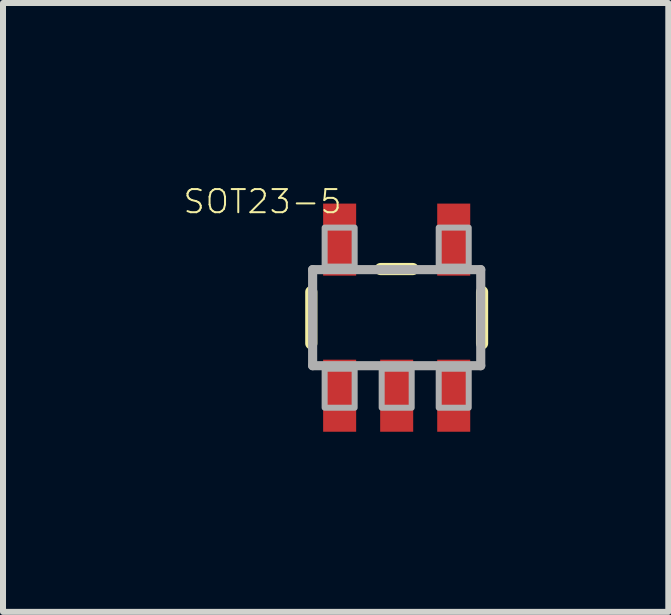
<source format=kicad_pcb>
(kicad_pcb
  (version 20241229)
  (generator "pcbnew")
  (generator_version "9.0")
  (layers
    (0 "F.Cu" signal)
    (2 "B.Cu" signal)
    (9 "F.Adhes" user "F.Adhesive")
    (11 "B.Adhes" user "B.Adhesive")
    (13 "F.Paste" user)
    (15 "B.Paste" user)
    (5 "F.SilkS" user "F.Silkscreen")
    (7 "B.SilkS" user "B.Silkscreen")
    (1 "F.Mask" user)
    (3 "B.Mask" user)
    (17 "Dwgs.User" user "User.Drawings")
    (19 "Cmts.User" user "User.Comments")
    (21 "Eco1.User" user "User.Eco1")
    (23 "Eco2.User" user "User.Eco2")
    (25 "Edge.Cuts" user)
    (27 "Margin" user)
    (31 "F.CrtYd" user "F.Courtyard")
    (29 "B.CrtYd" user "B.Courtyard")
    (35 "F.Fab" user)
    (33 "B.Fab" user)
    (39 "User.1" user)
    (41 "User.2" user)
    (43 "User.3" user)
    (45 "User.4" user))
  (footprint "SOT23-5"
    (layer "F.Cu")
    (at 3.557 2.241)
    (property "Reference" "SOT23-5" (at -0.889 -2.159 0) (layer "F.SilkS") (effects (font (size 0.386 0.386) (thickness 0.033)) (justify right top)))
    (attr through_hole)
    (fp_line (start -1.422 0.429) (end -1.422 -0.429) (stroke (width 0.203) (type solid)) (layer "F.SilkS"))
    (fp_line (start -0.268 -0.81) (end 0.268 -0.81) (stroke (width 0.203) (type solid)) (layer "F.SilkS"))
    (fp_line (start 1.422 -0.429) (end 1.422 0.429) (stroke (width 0.203) (type solid)) (layer "F.SilkS"))
    (fp_line (start -1.4 -0.8) (end -1.4 0.8) (stroke (width 0.152) (type solid)) (layer "F.Fab"))
    (fp_line (start -1.4 -0.8) (end 1.4 -0.8) (stroke (width 0.152) (type solid)) (layer "F.Fab"))
    (fp_line (start 1.4 -0.8) (end 1.4 0.8) (stroke (width 0.152) (type solid)) (layer "F.Fab"))
    (fp_line (start 1.4 0.8) (end -1.4 0.8) (stroke (width 0.152) (type solid)) (layer "F.Fab"))
    (fp_poly (pts (xy -1.2 -0.85) (xy -0.7 -0.85) (xy -0.7 -1.5) (xy -1.2 -1.5)) (stroke (width 0.1) (type solid)) (fill no) (layer "F.Fab"))
    (fp_poly (pts (xy -1.2 1.5) (xy -0.7 1.5) (xy -0.7 0.85) (xy -1.2 0.85)) (stroke (width 0.1) (type solid)) (fill no) (layer "F.Fab"))
    (fp_poly (pts (xy -0.25 1.5) (xy 0.25 1.5) (xy 0.25 0.85) (xy -0.25 0.85)) (stroke (width 0.1) (type solid)) (fill no) (layer "F.Fab"))
    (fp_poly (pts (xy 0.7 -0.85) (xy 1.2 -0.85) (xy 1.2 -1.5) (xy 0.7 -1.5)) (stroke (width 0.1) (type solid)) (fill no) (layer "F.Fab"))
    (fp_poly (pts (xy 0.7 1.5) (xy 1.2 1.5) (xy 1.2 0.85) (xy 0.7 0.85)) (stroke (width 0.1) (type solid)) (fill no) (layer "F.Fab"))
    (pad "1" smd rect (at -0.95 1.3) (size 0.55 1.2) (layers "F.Cu" "F.Mask" "F.Paste"))
    (pad "2" smd rect (at 0 1.3) (size 0.55 1.2) (layers "F.Cu" "F.Mask" "F.Paste"))
    (pad "3" smd rect (at 0.95 1.3) (size 0.55 1.2) (layers "F.Cu" "F.Mask" "F.Paste"))
    (pad "4" smd rect (at 0.95 -1.3) (size 0.55 1.2) (layers "F.Cu" "F.Mask" "F.Paste"))
    (pad "5" smd rect (at -0.95 -1.3) (size 0.55 1.2) (layers "F.Cu" "F.Mask" "F.Paste")))
  (gr_rect
    (start -3 -3)
    (end 8.081 7.141)
    (stroke (width 0.1) (type default))
    (fill no)
    (layer "Edge.Cuts")))
</source>
